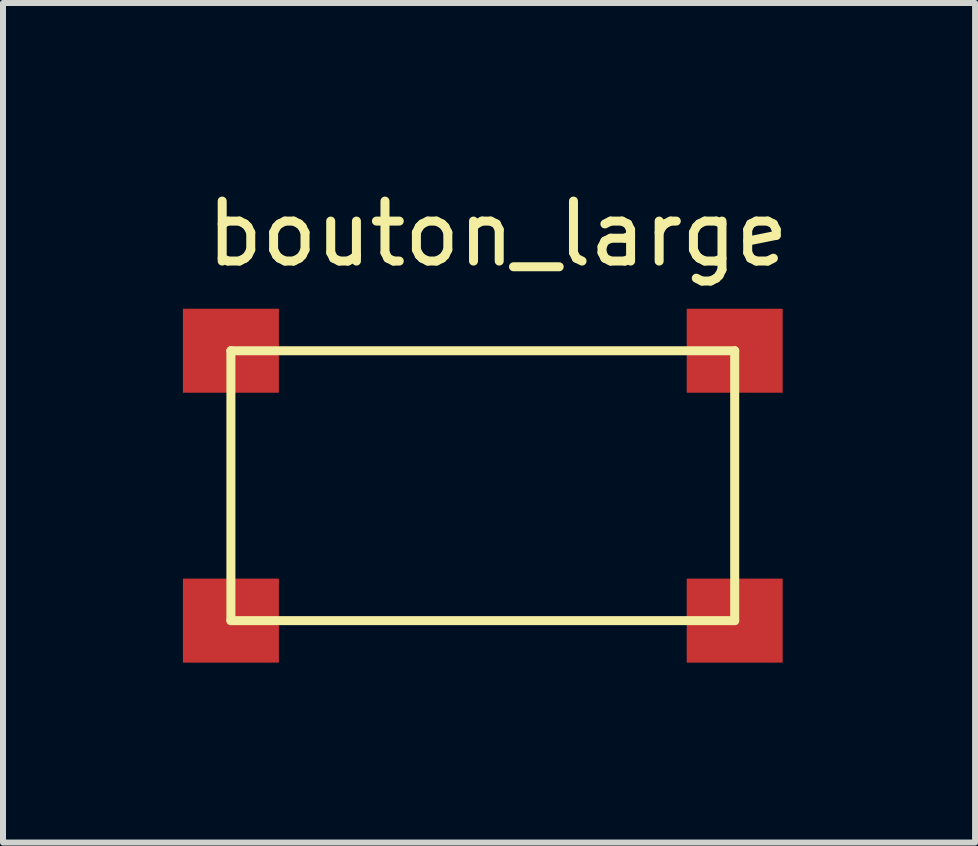
<source format=kicad_pcb>
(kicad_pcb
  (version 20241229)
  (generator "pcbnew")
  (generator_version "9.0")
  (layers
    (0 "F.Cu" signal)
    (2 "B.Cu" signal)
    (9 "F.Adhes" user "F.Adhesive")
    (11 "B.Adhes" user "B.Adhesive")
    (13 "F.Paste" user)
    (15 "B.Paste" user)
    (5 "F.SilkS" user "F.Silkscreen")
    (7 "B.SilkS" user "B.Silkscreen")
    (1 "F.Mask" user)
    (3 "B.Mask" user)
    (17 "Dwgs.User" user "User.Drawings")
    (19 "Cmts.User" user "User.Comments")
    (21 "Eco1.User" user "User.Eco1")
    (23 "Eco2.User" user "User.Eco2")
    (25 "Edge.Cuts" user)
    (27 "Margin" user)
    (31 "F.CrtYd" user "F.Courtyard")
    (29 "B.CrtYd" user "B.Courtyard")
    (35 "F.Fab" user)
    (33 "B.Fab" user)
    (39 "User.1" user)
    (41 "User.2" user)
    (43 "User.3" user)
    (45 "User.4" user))
  (footprint "bouton_large"
    (layer "F.Cu")
    (at 5 5.048)
    (property "Reference" "bouton_large" (at 0.25 -4.2 0) (layer "F.SilkS") (effects (font (size 1 1) (thickness 0.15))))
    (attr through_hole)
    (fp_line (start -4.2 -2.25) (end -4.2 2.25) (stroke (width 0.15) (type solid)) (layer "F.SilkS"))
    (fp_line (start -4.2 2.25) (end 4.2 2.25) (stroke (width 0.15) (type solid)) (layer "F.SilkS"))
    (fp_line (start 4.2 -2.25) (end -4.2 -2.25) (stroke (width 0.15) (type solid)) (layer "F.SilkS"))
    (fp_line (start 4.2 2.25) (end 4.2 -2.25) (stroke (width 0.15) (type solid)) (layer "F.SilkS"))
    (pad "1" smd rect (at -4.2 -2.25) (size 1.6 1.4) (layers "F.Cu" "F.Mask" "F.Paste"))
    (pad "1" smd rect (at 4.2 -2.25) (size 1.6 1.4) (layers "F.Cu" "F.Mask" "F.Paste"))
    (pad "2" smd rect (at -4.2 2.25) (size 1.6 1.4) (layers "F.Cu" "F.Mask" "F.Paste"))
    (pad "2" smd rect (at 4.2 2.25) (size 1.6 1.4) (layers "F.Cu" "F.Mask" "F.Paste")))
  (gr_rect
    (start -3 -3)
    (end 13.208 10.998)
    (stroke (width 0.1) (type default))
    (fill no)
    (layer "Edge.Cuts")))
</source>
